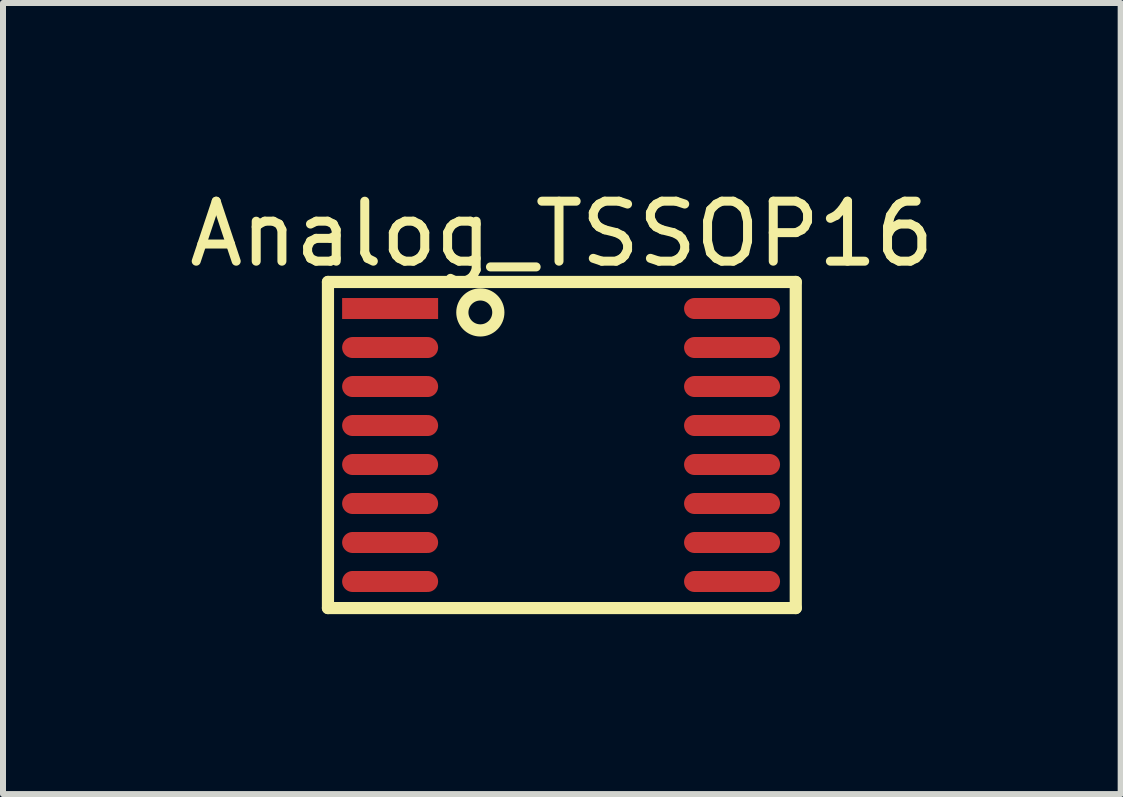
<source format=kicad_pcb>
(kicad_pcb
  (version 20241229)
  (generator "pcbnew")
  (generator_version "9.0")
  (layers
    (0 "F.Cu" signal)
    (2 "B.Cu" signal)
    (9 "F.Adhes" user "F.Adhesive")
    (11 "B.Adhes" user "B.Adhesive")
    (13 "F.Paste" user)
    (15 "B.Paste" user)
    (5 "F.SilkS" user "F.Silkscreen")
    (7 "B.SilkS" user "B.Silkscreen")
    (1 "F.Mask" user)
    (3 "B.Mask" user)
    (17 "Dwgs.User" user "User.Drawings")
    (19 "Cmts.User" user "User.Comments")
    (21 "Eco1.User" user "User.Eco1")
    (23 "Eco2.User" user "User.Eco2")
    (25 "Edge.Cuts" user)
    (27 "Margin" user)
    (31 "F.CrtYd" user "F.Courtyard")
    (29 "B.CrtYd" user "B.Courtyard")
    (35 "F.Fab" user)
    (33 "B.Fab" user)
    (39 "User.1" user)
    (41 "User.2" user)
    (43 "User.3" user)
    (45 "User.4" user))
  (footprint "Analog_TSSOP16"
    (layer "F.Cu")
    (at 6.303 4.368)
    (property "Reference" "Analog_TSSOP16" (at 0.013 -3.519 0) (layer "F.SilkS") (effects (font (size 1 1) (thickness 0.15))))
    (fp_line (start -3.886 -2.718) (end 3.912 -2.718) (stroke (width 0.203) (type solid)) (layer "F.SilkS"))
    (fp_line (start -3.886 2.718) (end -3.886 -2.718) (stroke (width 0.203) (type solid)) (layer "F.SilkS"))
    (fp_line (start -3.886 2.718) (end 3.912 2.718) (stroke (width 0.203) (type solid)) (layer "F.SilkS"))
    (fp_line (start 3.912 2.718) (end 3.912 -2.718) (stroke (width 0.203) (type solid)) (layer "F.SilkS"))
    (fp_circle (center -1.346 -2.21) (end -1.346 -2.51) (stroke (width 0.203) (type solid)) (fill no) (layer "F.SilkS"))
    (pad "1" smd rect (at -2.85 -2.275 90) (size 0.35 1.6) (layers "F.Cu" "F.Mask" "F.Paste"))
    (pad "2" smd oval (at -2.85 -1.625 90) (size 0.35 1.6) (layers "F.Cu" "F.Mask" "F.Paste"))
    (pad "3" smd oval (at -2.85 -0.975 90) (size 0.35 1.6) (layers "F.Cu" "F.Mask" "F.Paste"))
    (pad "4" smd oval (at -2.85 -0.325 90) (size 0.35 1.6) (layers "F.Cu" "F.Mask" "F.Paste"))
    (pad "5" smd oval (at -2.85 0.325 90) (size 0.35 1.6) (layers "F.Cu" "F.Mask" "F.Paste"))
    (pad "6" smd oval (at -2.85 0.975 90) (size 0.35 1.6) (layers "F.Cu" "F.Mask" "F.Paste"))
    (pad "7" smd oval (at -2.85 1.625 90) (size 0.35 1.6) (layers "F.Cu" "F.Mask" "F.Paste"))
    (pad "8" smd oval (at -2.85 2.275 90) (size 0.35 1.6) (layers "F.Cu" "F.Mask" "F.Paste"))
    (pad "9" smd oval (at 2.85 2.275 90) (size 0.35 1.6) (layers "F.Cu" "F.Mask" "F.Paste"))
    (pad "10" smd oval (at 2.85 1.625 90) (size 0.35 1.6) (layers "F.Cu" "F.Mask" "F.Paste"))
    (pad "11" smd oval (at 2.85 0.975 90) (size 0.35 1.6) (layers "F.Cu" "F.Mask" "F.Paste"))
    (pad "12" smd oval (at 2.85 0.325 90) (size 0.35 1.6) (layers "F.Cu" "F.Mask" "F.Paste"))
    (pad "13" smd oval (at 2.85 -0.325 90) (size 0.35 1.6) (layers "F.Cu" "F.Mask" "F.Paste"))
    (pad "14" smd oval (at 2.85 -0.975 90) (size 0.35 1.6) (layers "F.Cu" "F.Mask" "F.Paste"))
    (pad "15" smd oval (at 2.85 -1.625 90) (size 0.35 1.6) (layers "F.Cu" "F.Mask" "F.Paste"))
    (pad "16" smd oval (at 2.85 -2.275 90) (size 0.35 1.6) (layers "F.Cu" "F.Mask" "F.Paste")))
  (gr_rect
    (start -3 -3)
    (end 15.631 10.187)
    (stroke (width 0.1) (type default))
    (fill no)
    (layer "Edge.Cuts")))
</source>
